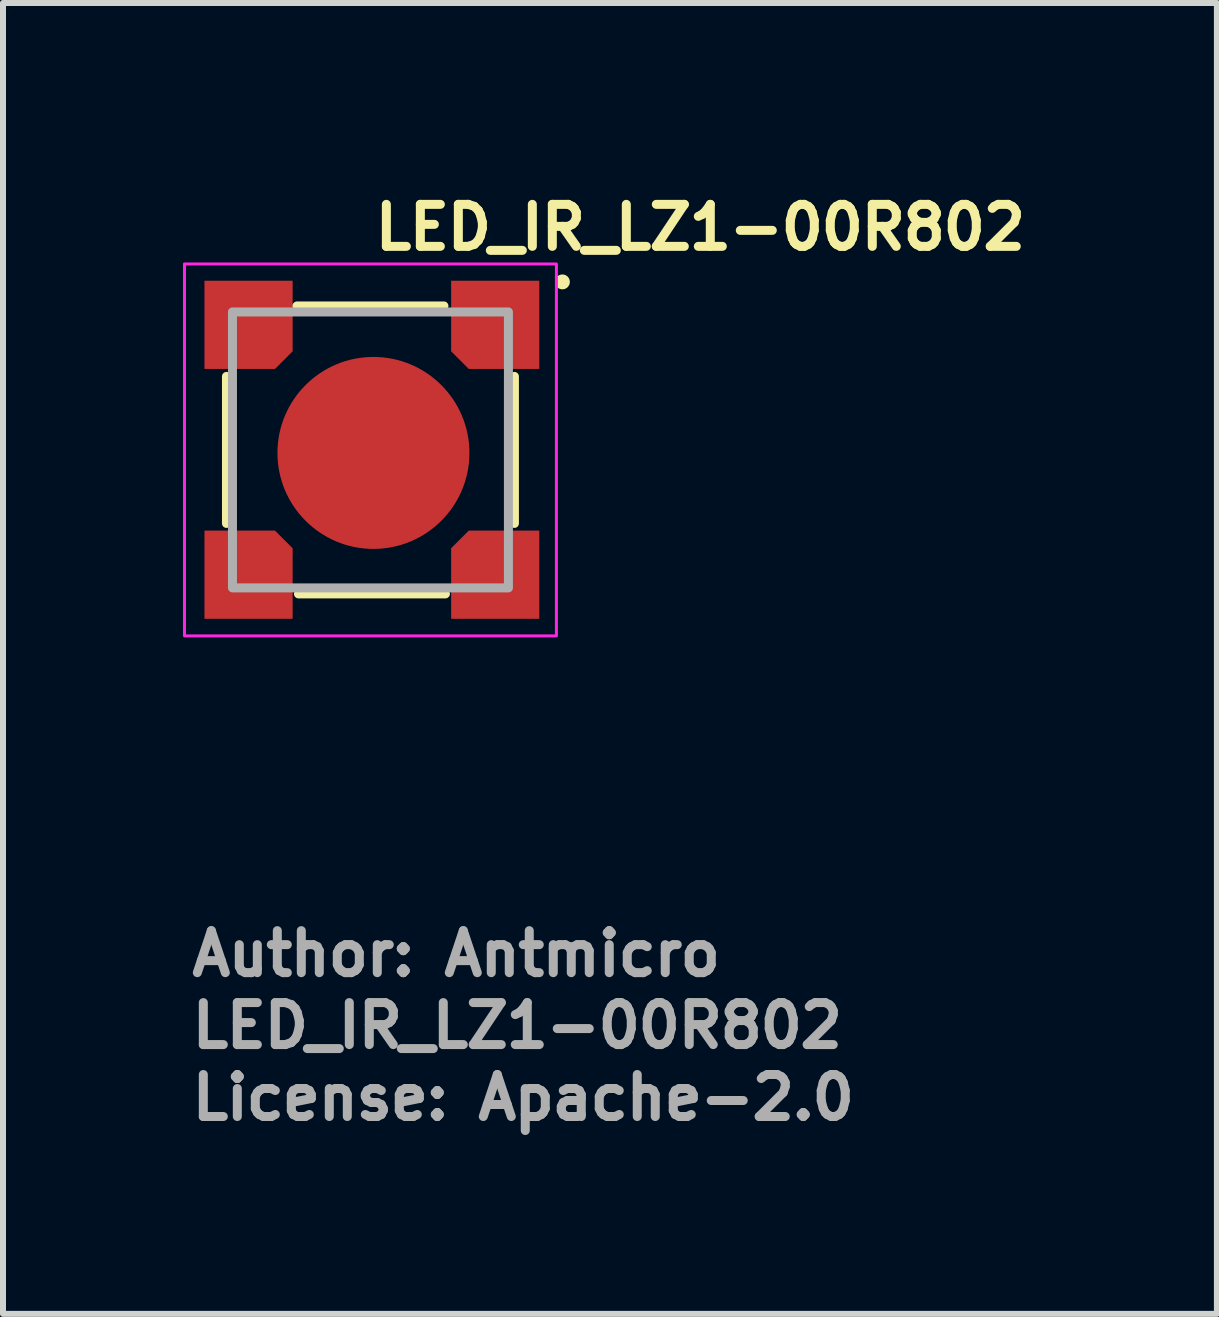
<source format=kicad_pcb>
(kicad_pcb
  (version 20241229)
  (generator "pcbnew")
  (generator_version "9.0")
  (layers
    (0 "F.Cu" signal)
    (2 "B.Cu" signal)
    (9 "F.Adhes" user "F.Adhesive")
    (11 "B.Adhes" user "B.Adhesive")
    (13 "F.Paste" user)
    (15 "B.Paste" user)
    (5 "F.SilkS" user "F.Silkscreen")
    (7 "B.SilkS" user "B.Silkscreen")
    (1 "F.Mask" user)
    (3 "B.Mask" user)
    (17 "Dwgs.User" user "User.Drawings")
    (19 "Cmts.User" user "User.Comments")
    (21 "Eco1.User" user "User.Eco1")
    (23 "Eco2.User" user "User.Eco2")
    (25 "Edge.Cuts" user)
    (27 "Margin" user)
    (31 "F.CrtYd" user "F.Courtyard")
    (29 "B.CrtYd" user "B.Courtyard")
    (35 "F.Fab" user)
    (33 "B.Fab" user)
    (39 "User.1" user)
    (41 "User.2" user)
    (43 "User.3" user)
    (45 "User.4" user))
  (footprint "LED_IR_LZ1-00R802"
    (layer "F.Cu")
    (at 3.125 4.45)
    (property "Reference" "LED_IR_LZ1-00R802" (at 0 -3.3 0) (unlocked yes) (layer "F.SilkS") (effects (font (size 0.7 0.7) (thickness 0.15)) (justify left bottom)))
    (attr smd)
    (fp_line (start -2.4 -1.225) (end -2.4 1.225) (stroke (width 0.15) (type solid)) (layer "F.SilkS"))
    (fp_line (start 1.225 -2.4) (end -1.225 -2.4) (stroke (width 0.15) (type solid)) (layer "F.SilkS"))
    (fp_line (start 1.25 2.4) (end -1.2 2.4) (stroke (width 0.15) (type solid)) (layer "F.SilkS"))
    (fp_line (start 2.4 -1.225) (end 2.4 1.225) (stroke (width 0.15) (type solid)) (layer "F.SilkS"))
    (fp_circle (center 3.2 -2.801) (end 3.249 -2.801) (stroke (width 0.15) (type solid)) (fill yes) (layer "F.SilkS"))
    (fp_rect (start -3.1 -3.1) (end 3.1 3.1) (stroke (width 0.05) (type solid)) (fill no) (layer "F.CrtYd"))
    (fp_rect (start -2.3 -2.3) (end 2.3 2.3) (stroke (width 0.15) (type solid)) (fill no) (layer "F.Fab"))
    (fp_rect (start -2.202 -2.202) (end 2.2 2.2) (stroke (width 0.1) (type solid)) (fill no) (layer "User.5"))
    (fp_line (start -2.202 -1.851) (end -2.202 1.85) (stroke (width 0.02) (type solid)) (layer "User.9"))
    (fp_line (start -2.202 1.85) (end -2.183 1.85) (stroke (width 0.02) (type solid)) (layer "User.9"))
    (fp_line (start -2.183 -1.851) (end -2.202 -1.851) (stroke (width 0.02) (type solid)) (layer "User.9"))
    (fp_line (start -2.183 1.85) (end -2.166 1.85) (stroke (width 0.02) (type solid)) (layer "User.9"))
    (fp_line (start -2.166 -1.853) (end -2.183 -1.851) (stroke (width 0.02) (type solid)) (layer "User.9"))
    (fp_line (start -2.166 1.85) (end -2.149 1.852) (stroke (width 0.02) (type solid)) (layer "User.9"))
    (fp_line (start -2.149 -1.855) (end -2.166 -1.853) (stroke (width 0.02) (type solid)) (layer "User.9"))
    (fp_line (start -2.149 1.852) (end -2.133 1.856) (stroke (width 0.02) (type solid)) (layer "User.9"))
    (fp_line (start -2.133 -1.857) (end -2.149 -1.855) (stroke (width 0.02) (type solid)) (layer "User.9"))
    (fp_line (start -2.133 1.856) (end -2.116 1.86) (stroke (width 0.02) (type solid)) (layer "User.9"))
    (fp_line (start -2.116 -1.861) (end -2.133 -1.857) (stroke (width 0.02) (type solid)) (layer "User.9"))
    (fp_line (start -2.116 1.86) (end -2.1 1.864) (stroke (width 0.02) (type solid)) (layer "User.9"))
    (fp_line (start -2.1 -1.867) (end -2.116 -1.861) (stroke (width 0.02) (type solid)) (layer "User.9"))
    (fp_line (start -2.1 1.864) (end -2.082 1.87) (stroke (width 0.02) (type solid)) (layer "User.9"))
    (fp_line (start -2.082 -1.871) (end -2.1 -1.867) (stroke (width 0.02) (type solid)) (layer "User.9"))
    (fp_line (start -2.082 1.87) (end -2.068 1.876) (stroke (width 0.02) (type solid)) (layer "User.9"))
    (fp_line (start -2.068 -1.877) (end -2.082 -1.871) (stroke (width 0.02) (type solid)) (layer "User.9"))
    (fp_line (start -2.068 1.876) (end -2.052 1.882) (stroke (width 0.02) (type solid)) (layer "User.9"))
    (fp_line (start -2.052 -1.885) (end -2.068 -1.877) (stroke (width 0.02) (type solid)) (layer "User.9"))
    (fp_line (start -2.052 1.882) (end -2.036 1.89) (stroke (width 0.02) (type solid)) (layer "User.9"))
    (fp_line (start -2.036 -1.893) (end -2.052 -1.885) (stroke (width 0.02) (type solid)) (layer "User.9"))
    (fp_line (start -2.036 1.89) (end -2.021 1.898) (stroke (width 0.02) (type solid)) (layer "User.9"))
    (fp_line (start -2.021 -1.901) (end -2.036 -1.893) (stroke (width 0.02) (type solid)) (layer "User.9"))
    (fp_line (start -2.021 1.898) (end -2.007 1.908) (stroke (width 0.02) (type solid)) (layer "User.9"))
    (fp_line (start -2.007 -1.909) (end -2.021 -1.901) (stroke (width 0.02) (type solid)) (layer "User.9"))
    (fp_line (start -2.007 1.908) (end -1.992 1.918) (stroke (width 0.02) (type solid)) (layer "User.9"))
    (fp_line (start -1.992 -1.919) (end -2.007 -1.909) (stroke (width 0.02) (type solid)) (layer "User.9"))
    (fp_line (start -1.992 1.918) (end -1.98 1.929) (stroke (width 0.02) (type solid)) (layer "User.9"))
    (fp_line (start -1.98 -1.93) (end -1.992 -1.919) (stroke (width 0.02) (type solid)) (layer "User.9"))
    (fp_line (start -1.98 1.929) (end -1.966 1.939) (stroke (width 0.02) (type solid)) (layer "User.9"))
    (fp_line (start -1.966 -1.942) (end -1.98 -1.93) (stroke (width 0.02) (type solid)) (layer "User.9"))
    (fp_line (start -1.966 1.939) (end -1.954 1.951) (stroke (width 0.02) (type solid)) (layer "User.9"))
    (fp_line (start -1.954 -1.954) (end -1.966 -1.942) (stroke (width 0.02) (type solid)) (layer "User.9"))
    (fp_line (start -1.954 -1.954) (end -1.954 -1.954) (stroke (width 0.02) (type solid)) (layer "User.9"))
    (fp_line (start -1.954 1.951) (end -1.954 1.951) (stroke (width 0.02) (type solid)) (layer "User.9"))
    (fp_line (start -1.954 1.951) (end -1.942 1.965) (stroke (width 0.02) (type solid)) (layer "User.9"))
    (fp_line (start -1.942 -1.966) (end -1.954 -1.954) (stroke (width 0.02) (type solid)) (layer "User.9"))
    (fp_line (start -1.942 1.965) (end -1.93 1.977) (stroke (width 0.02) (type solid)) (layer "User.9"))
    (fp_line (start -1.93 -1.98) (end -1.942 -1.966) (stroke (width 0.02) (type solid)) (layer "User.9"))
    (fp_line (start -1.93 1.977) (end -1.919 1.991) (stroke (width 0.02) (type solid)) (layer "User.9"))
    (fp_line (start -1.919 -1.992) (end -1.93 -1.98) (stroke (width 0.02) (type solid)) (layer "User.9"))
    (fp_line (start -1.919 1.991) (end -1.909 2.004) (stroke (width 0.02) (type solid)) (layer "User.9"))
    (fp_line (start -1.909 -2.007) (end -1.919 -1.992) (stroke (width 0.02) (type solid)) (layer "User.9"))
    (fp_line (start -1.909 2.004) (end -1.901 2.019) (stroke (width 0.02) (type solid)) (layer "User.9"))
    (fp_line (start -1.901 -2.021) (end -1.909 -2.007) (stroke (width 0.02) (type solid)) (layer "User.9"))
    (fp_line (start -1.901 2.019) (end -1.893 2.035) (stroke (width 0.02) (type solid)) (layer "User.9"))
    (fp_line (start -1.893 -2.036) (end -1.901 -2.021) (stroke (width 0.02) (type solid)) (layer "User.9"))
    (fp_line (start -1.893 2.035) (end -1.885 2.049) (stroke (width 0.02) (type solid)) (layer "User.9"))
    (fp_line (start -1.885 -2.052) (end -1.893 -2.036) (stroke (width 0.02) (type solid)) (layer "User.9"))
    (fp_line (start -1.885 2.049) (end -1.877 2.065) (stroke (width 0.02) (type solid)) (layer "User.9"))
    (fp_line (start -1.877 -2.068) (end -1.885 -2.052) (stroke (width 0.02) (type solid)) (layer "User.9"))
    (fp_line (start -1.877 2.065) (end -1.871 2.08) (stroke (width 0.02) (type solid)) (layer "User.9"))
    (fp_line (start -1.871 -2.082) (end -1.877 -2.068) (stroke (width 0.02) (type solid)) (layer "User.9"))
    (fp_line (start -1.871 2.08) (end -1.867 2.097) (stroke (width 0.02) (type solid)) (layer "User.9"))
    (fp_line (start -1.867 -2.1) (end -1.871 -2.082) (stroke (width 0.02) (type solid)) (layer "User.9"))
    (fp_line (start -1.867 2.097) (end -1.861 2.113) (stroke (width 0.02) (type solid)) (layer "User.9"))
    (fp_line (start -1.861 -2.116) (end -1.867 -2.1) (stroke (width 0.02) (type solid)) (layer "User.9"))
    (fp_line (start -1.861 2.113) (end -1.857 2.131) (stroke (width 0.02) (type solid)) (layer "User.9"))
    (fp_line (start -1.857 -2.133) (end -1.861 -2.116) (stroke (width 0.02) (type solid)) (layer "User.9"))
    (fp_line (start -1.857 2.131) (end -1.855 2.148) (stroke (width 0.02) (type solid)) (layer "User.9"))
    (fp_line (start -1.855 -2.149) (end -1.857 -2.133) (stroke (width 0.02) (type solid)) (layer "User.9"))
    (fp_line (start -1.855 2.148) (end -1.853 2.164) (stroke (width 0.02) (type solid)) (layer "User.9"))
    (fp_line (start -1.853 -2.166) (end -1.855 -2.149) (stroke (width 0.02) (type solid)) (layer "User.9"))
    (fp_line (start -1.853 2.164) (end -1.851 2.181) (stroke (width 0.02) (type solid)) (layer "User.9"))
    (fp_line (start -1.851 -2.202) (end -1.851 -2.183) (stroke (width 0.02) (type solid)) (layer "User.9"))
    (fp_line (start -1.851 -2.183) (end -1.853 -2.166) (stroke (width 0.02) (type solid)) (layer "User.9"))
    (fp_line (start -1.851 2.181) (end -1.851 2.2) (stroke (width 0.02) (type solid)) (layer "User.9"))
    (fp_line (start -1.851 2.2) (end 1.85 2.2) (stroke (width 0.02) (type solid)) (layer "User.9"))
    (fp_line (start -1.805 0) (end -1.805 0) (stroke (width 0.02) (type solid)) (layer "User.9"))
    (fp_line (start -1.805 0) (end -1.803 0.091) (stroke (width 0.02) (type solid)) (layer "User.9"))
    (fp_line (start -1.803 -0.093) (end -1.805 0) (stroke (width 0.02) (type solid)) (layer "User.9"))
    (fp_line (start -1.803 0.091) (end -1.797 0.183) (stroke (width 0.02) (type solid)) (layer "User.9"))
    (fp_line (start -1.797 -0.185) (end -1.803 -0.093) (stroke (width 0.02) (type solid)) (layer "User.9"))
    (fp_line (start -1.797 0.183) (end -1.786 0.274) (stroke (width 0.02) (type solid)) (layer "User.9"))
    (fp_line (start -1.786 -0.276) (end -1.797 -0.185) (stroke (width 0.02) (type solid)) (layer "User.9"))
    (fp_line (start -1.786 0.274) (end -1.77 0.362) (stroke (width 0.02) (type solid)) (layer "User.9"))
    (fp_line (start -1.77 -0.364) (end -1.786 -0.276) (stroke (width 0.02) (type solid)) (layer "User.9"))
    (fp_line (start -1.77 0.362) (end -1.75 0.451) (stroke (width 0.02) (type solid)) (layer "User.9"))
    (fp_line (start -1.75 -0.453) (end -1.77 -0.364) (stroke (width 0.02) (type solid)) (layer "User.9"))
    (fp_line (start -1.75 0.451) (end -1.724 0.536) (stroke (width 0.02) (type solid)) (layer "User.9"))
    (fp_line (start -1.724 -0.538) (end -1.75 -0.453) (stroke (width 0.02) (type solid)) (layer "User.9"))
    (fp_line (start -1.724 0.536) (end -1.696 0.619) (stroke (width 0.02) (type solid)) (layer "User.9"))
    (fp_line (start -1.696 -0.621) (end -1.724 -0.538) (stroke (width 0.02) (type solid)) (layer "User.9"))
    (fp_line (start -1.696 0.619) (end -1.665 0.702) (stroke (width 0.02) (type solid)) (layer "User.9"))
    (fp_line (start -1.665 -0.704) (end -1.696 -0.621) (stroke (width 0.02) (type solid)) (layer "User.9"))
    (fp_line (start -1.665 0.702) (end -1.629 0.782) (stroke (width 0.02) (type solid)) (layer "User.9"))
    (fp_line (start -1.629 -0.784) (end -1.665 -0.704) (stroke (width 0.02) (type solid)) (layer "User.9"))
    (fp_line (start -1.629 0.782) (end -1.589 0.859) (stroke (width 0.02) (type solid)) (layer "User.9"))
    (fp_line (start -1.589 -0.861) (end -1.629 -0.784) (stroke (width 0.02) (type solid)) (layer "User.9"))
    (fp_line (start -1.589 0.859) (end -1.545 0.935) (stroke (width 0.02) (type solid)) (layer "User.9"))
    (fp_line (start -1.545 -0.937) (end -1.589 -0.861) (stroke (width 0.02) (type solid)) (layer "User.9"))
    (fp_line (start -1.545 0.935) (end -1.498 1.009) (stroke (width 0.02) (type solid)) (layer "User.9"))
    (fp_line (start -1.498 -1.01) (end -1.545 -0.937) (stroke (width 0.02) (type solid)) (layer "User.9"))
    (fp_line (start -1.498 1.009) (end -1.448 1.078) (stroke (width 0.02) (type solid)) (layer "User.9"))
    (fp_line (start -1.448 -1.081) (end -1.498 -1.01) (stroke (width 0.02) (type solid)) (layer "User.9"))
    (fp_line (start -1.448 1.078) (end -1.393 1.148) (stroke (width 0.02) (type solid)) (layer "User.9"))
    (fp_line (start -1.393 -1.149) (end -1.448 -1.081) (stroke (width 0.02) (type solid)) (layer "User.9"))
    (fp_line (start -1.393 1.148) (end -1.337 1.213) (stroke (width 0.02) (type solid)) (layer "User.9"))
    (fp_line (start -1.337 -1.214) (end -1.393 -1.149) (stroke (width 0.02) (type solid)) (layer "User.9"))
    (fp_line (start -1.337 1.213) (end -1.278 1.275) (stroke (width 0.02) (type solid)) (layer "User.9"))
    (fp_line (start -1.278 -1.278) (end -1.337 -1.214) (stroke (width 0.02) (type solid)) (layer "User.9"))
    (fp_line (start -1.278 1.275) (end -1.214 1.336) (stroke (width 0.02) (type solid)) (layer "User.9"))
    (fp_line (start -1.214 -1.337) (end -1.278 -1.278) (stroke (width 0.02) (type solid)) (layer "User.9"))
    (fp_line (start -1.214 1.336) (end -1.149 1.392) (stroke (width 0.02) (type solid)) (layer "User.9"))
    (fp_line (start -1.149 -1.393) (end -1.214 -1.337) (stroke (width 0.02) (type solid)) (layer "User.9"))
    (fp_line (start -1.149 1.392) (end -1.081 1.445) (stroke (width 0.02) (type solid)) (layer "User.9"))
    (fp_line (start -1.081 -1.448) (end -1.149 -1.393) (stroke (width 0.02) (type solid)) (layer "User.9"))
    (fp_line (start -1.081 1.445) (end -1.01 1.495) (stroke (width 0.02) (type solid)) (layer "User.9"))
    (fp_line (start -1.01 -1.498) (end -1.081 -1.448) (stroke (width 0.02) (type solid)) (layer "User.9"))
    (fp_line (start -1.01 1.495) (end -0.937 1.542) (stroke (width 0.02) (type solid)) (layer "User.9"))
    (fp_line (start -0.937 -1.545) (end -1.01 -1.498) (stroke (width 0.02) (type solid)) (layer "User.9"))
    (fp_line (start -0.937 1.542) (end -0.861 1.586) (stroke (width 0.02) (type solid)) (layer "User.9"))
    (fp_line (start -0.861 -1.589) (end -0.937 -1.545) (stroke (width 0.02) (type solid)) (layer "User.9"))
    (fp_line (start -0.861 1.586) (end -0.784 1.626) (stroke (width 0.02) (type solid)) (layer "User.9"))
    (fp_line (start -0.784 -1.629) (end -0.861 -1.589) (stroke (width 0.02) (type solid)) (layer "User.9"))
    (fp_line (start -0.784 1.626) (end -0.704 1.662) (stroke (width 0.02) (type solid)) (layer "User.9"))
    (fp_line (start -0.704 -1.665) (end -0.784 -1.629) (stroke (width 0.02) (type solid)) (layer "User.9"))
    (fp_line (start -0.704 1.662) (end -0.621 1.695) (stroke (width 0.02) (type solid)) (layer "User.9"))
    (fp_line (start -0.621 -1.696) (end -0.704 -1.665) (stroke (width 0.02) (type solid)) (layer "User.9"))
    (fp_line (start -0.621 1.695) (end -0.538 1.723) (stroke (width 0.02) (type solid)) (layer "User.9"))
    (fp_line (start -0.538 -1.724) (end -0.621 -1.696) (stroke (width 0.02) (type solid)) (layer "User.9"))
    (fp_line (start -0.538 1.723) (end -0.453 1.747) (stroke (width 0.02) (type solid)) (layer "User.9"))
    (fp_line (start -0.453 -1.75) (end -0.538 -1.724) (stroke (width 0.02) (type solid)) (layer "User.9"))
    (fp_line (start -0.453 1.747) (end -0.364 1.767) (stroke (width 0.02) (type solid)) (layer "User.9"))
    (fp_line (start -0.364 -1.77) (end -0.453 -1.75) (stroke (width 0.02) (type solid)) (layer "User.9"))
    (fp_line (start -0.364 1.767) (end -0.276 1.783) (stroke (width 0.02) (type solid)) (layer "User.9"))
    (fp_line (start -0.276 -1.786) (end -0.364 -1.77) (stroke (width 0.02) (type solid)) (layer "User.9"))
    (fp_line (start -0.276 1.783) (end -0.185 1.794) (stroke (width 0.02) (type solid)) (layer "User.9"))
    (fp_line (start -0.185 -1.797) (end -0.276 -1.786) (stroke (width 0.02) (type solid)) (layer "User.9"))
    (fp_line (start -0.185 1.794) (end -0.093 1.802) (stroke (width 0.02) (type solid)) (layer "User.9"))
    (fp_line (start -0.093 -1.803) (end -0.185 -1.797) (stroke (width 0.02) (type solid)) (layer "User.9"))
    (fp_line (start -0.093 1.802) (end 0 1.804) (stroke (width 0.02) (type solid)) (layer "User.9"))
    (fp_line (start 0 -1.805) (end -0.093 -1.803) (stroke (width 0.02) (type solid)) (layer "User.9"))
    (fp_line (start 0 -1.805) (end 0 -1.805) (stroke (width 0.02) (type solid)) (layer "User.9"))
    (fp_line (start 0 1.804) (end 0 1.804) (stroke (width 0.02) (type solid)) (layer "User.9"))
    (fp_line (start 0 1.804) (end 0.091 1.802) (stroke (width 0.02) (type solid)) (layer "User.9"))
    (fp_line (start 0.091 -1.803) (end 0 -1.805) (stroke (width 0.02) (type solid)) (layer "User.9"))
    (fp_line (start 0.091 1.802) (end 0.183 1.794) (stroke (width 0.02) (type solid)) (layer "User.9"))
    (fp_line (start 0.183 -1.797) (end 0.091 -1.803) (stroke (width 0.02) (type solid)) (layer "User.9"))
    (fp_line (start 0.183 1.794) (end 0.274 1.783) (stroke (width 0.02) (type solid)) (layer "User.9"))
    (fp_line (start 0.274 -1.786) (end 0.183 -1.797) (stroke (width 0.02) (type solid)) (layer "User.9"))
    (fp_line (start 0.274 1.783) (end 0.362 1.767) (stroke (width 0.02) (type solid)) (layer "User.9"))
    (fp_line (start 0.362 -1.77) (end 0.274 -1.786) (stroke (width 0.02) (type solid)) (layer "User.9"))
    (fp_line (start 0.362 1.767) (end 0.451 1.747) (stroke (width 0.02) (type solid)) (layer "User.9"))
    (fp_line (start 0.451 -1.75) (end 0.362 -1.77) (stroke (width 0.02) (type solid)) (layer "User.9"))
    (fp_line (start 0.451 1.747) (end 0.536 1.723) (stroke (width 0.02) (type solid)) (layer "User.9"))
    (fp_line (start 0.536 -1.724) (end 0.451 -1.75) (stroke (width 0.02) (type solid)) (layer "User.9"))
    (fp_line (start 0.536 1.723) (end 0.619 1.695) (stroke (width 0.02) (type solid)) (layer "User.9"))
    (fp_line (start 0.619 -1.696) (end 0.536 -1.724) (stroke (width 0.02) (type solid)) (layer "User.9"))
    (fp_line (start 0.619 1.695) (end 0.702 1.662) (stroke (width 0.02) (type solid)) (layer "User.9"))
    (fp_line (start 0.702 -1.665) (end 0.619 -1.696) (stroke (width 0.02) (type solid)) (layer "User.9"))
    (fp_line (start 0.702 1.662) (end 0.782 1.626) (stroke (width 0.02) (type solid)) (layer "User.9"))
    (fp_line (start 0.782 -1.629) (end 0.702 -1.665) (stroke (width 0.02) (type solid)) (layer "User.9"))
    (fp_line (start 0.782 1.626) (end 0.859 1.586) (stroke (width 0.02) (type solid)) (layer "User.9"))
    (fp_line (start 0.859 -1.589) (end 0.782 -1.629) (stroke (width 0.02) (type solid)) (layer "User.9"))
    (fp_line (start 0.859 1.586) (end 0.935 1.542) (stroke (width 0.02) (type solid)) (layer "User.9"))
    (fp_line (start 0.935 -1.545) (end 0.859 -1.589) (stroke (width 0.02) (type solid)) (layer "User.9"))
    (fp_line (start 0.935 1.542) (end 1.009 1.495) (stroke (width 0.02) (type solid)) (layer "User.9"))
    (fp_line (start 1.009 -1.498) (end 0.935 -1.545) (stroke (width 0.02) (type solid)) (layer "User.9"))
    (fp_line (start 1.009 1.495) (end 1.078 1.445) (stroke (width 0.02) (type solid)) (layer "User.9"))
    (fp_line (start 1.078 -1.448) (end 1.009 -1.498) (stroke (width 0.02) (type solid)) (layer "User.9"))
    (fp_line (start 1.078 1.445) (end 1.148 1.392) (stroke (width 0.02) (type solid)) (layer "User.9"))
    (fp_line (start 1.148 -1.393) (end 1.078 -1.448) (stroke (width 0.02) (type solid)) (layer "User.9"))
    (fp_line (start 1.148 1.392) (end 1.213 1.336) (stroke (width 0.02) (type solid)) (layer "User.9"))
    (fp_line (start 1.213 -1.337) (end 1.148 -1.393) (stroke (width 0.02) (type solid)) (layer "User.9"))
    (fp_line (start 1.213 1.336) (end 1.275 1.275) (stroke (width 0.02) (type solid)) (layer "User.9"))
    (fp_line (start 1.275 -1.278) (end 1.213 -1.337) (stroke (width 0.02) (type solid)) (layer "User.9"))
    (fp_line (start 1.275 1.275) (end 1.336 1.213) (stroke (width 0.02) (type solid)) (layer "User.9"))
    (fp_line (start 1.336 -1.214) (end 1.275 -1.278) (stroke (width 0.02) (type solid)) (layer "User.9"))
    (fp_line (start 1.336 1.213) (end 1.392 1.148) (stroke (width 0.02) (type solid)) (layer "User.9"))
    (fp_line (start 1.35 -1.851) (end 1.35 -1.351) (stroke (width 0.02) (type solid)) (layer "User.9"))
    (fp_line (start 1.35 -1.351) (end 1.85 -1.351) (stroke (width 0.02) (type solid)) (layer "User.9"))
    (fp_line (start 1.392 -1.149) (end 1.336 -1.214) (stroke (width 0.02) (type solid)) (layer "User.9"))
    (fp_line (start 1.392 1.148) (end 1.445 1.078) (stroke (width 0.02) (type solid)) (layer "User.9"))
    (fp_line (start 1.445 -1.081) (end 1.392 -1.149) (stroke (width 0.02) (type solid)) (layer "User.9"))
    (fp_line (start 1.445 1.078) (end 1.495 1.009) (stroke (width 0.02) (type solid)) (layer "User.9"))
    (fp_line (start 1.495 -1.01) (end 1.445 -1.081) (stroke (width 0.02) (type solid)) (layer "User.9"))
    (fp_line (start 1.495 1.009) (end 1.542 0.935) (stroke (width 0.02) (type solid)) (layer "User.9"))
    (fp_line (start 1.542 -0.937) (end 1.495 -1.01) (stroke (width 0.02) (type solid)) (layer "User.9"))
    (fp_line (start 1.542 0.935) (end 1.586 0.859) (stroke (width 0.02) (type solid)) (layer "User.9"))
    (fp_line (start 1.586 -0.861) (end 1.542 -0.937) (stroke (width 0.02) (type solid)) (layer "User.9"))
    (fp_line (start 1.586 0.859) (end 1.626 0.782) (stroke (width 0.02) (type solid)) (layer "User.9"))
    (fp_line (start 1.626 -0.784) (end 1.586 -0.861) (stroke (width 0.02) (type solid)) (layer "User.9"))
    (fp_line (start 1.626 0.782) (end 1.662 0.702) (stroke (width 0.02) (type solid)) (layer "User.9"))
    (fp_line (start 1.662 -0.704) (end 1.626 -0.784) (stroke (width 0.02) (type solid)) (layer "User.9"))
    (fp_line (start 1.662 0.702) (end 1.695 0.619) (stroke (width 0.02) (type solid)) (layer "User.9"))
    (fp_line (start 1.695 -0.621) (end 1.662 -0.704) (stroke (width 0.02) (type solid)) (layer "User.9"))
    (fp_line (start 1.695 0.619) (end 1.723 0.536) (stroke (width 0.02) (type solid)) (layer "User.9"))
    (fp_line (start 1.723 -0.538) (end 1.695 -0.621) (stroke (width 0.02) (type solid)) (layer "User.9"))
    (fp_line (start 1.723 0.536) (end 1.747 0.451) (stroke (width 0.02) (type solid)) (layer "User.9"))
    (fp_line (start 1.747 -0.453) (end 1.723 -0.538) (stroke (width 0.02) (type solid)) (layer "User.9"))
    (fp_line (start 1.747 0.451) (end 1.767 0.362) (stroke (width 0.02) (type solid)) (layer "User.9"))
    (fp_line (start 1.767 -0.364) (end 1.747 -0.453) (stroke (width 0.02) (type solid)) (layer "User.9"))
    (fp_line (start 1.767 0.362) (end 1.783 0.274) (stroke (width 0.02) (type solid)) (layer "User.9"))
    (fp_line (start 1.783 -0.276) (end 1.767 -0.364) (stroke (width 0.02) (type solid)) (layer "User.9"))
    (fp_line (start 1.783 0.274) (end 1.794 0.183) (stroke (width 0.02) (type solid)) (layer "User.9"))
    (fp_line (start 1.794 -0.185) (end 1.783 -0.276) (stroke (width 0.02) (type solid)) (layer "User.9"))
    (fp_line (start 1.794 0.183) (end 1.802 0.091) (stroke (width 0.02) (type solid)) (layer "User.9"))
    (fp_line (start 1.802 -0.093) (end 1.794 -0.185) (stroke (width 0.02) (type solid)) (layer "User.9"))
    (fp_line (start 1.802 0.091) (end 1.804 0) (stroke (width 0.02) (type solid)) (layer "User.9"))
    (fp_line (start 1.804 0) (end 1.802 -0.093) (stroke (width 0.02) (type solid)) (layer "User.9"))
    (fp_line (start 1.804 0) (end 1.804 0) (stroke (width 0.02) (type solid)) (layer "User.9"))
    (fp_line (start 1.804 0) (end 1.804 0) (stroke (width 0.02) (type solid)) (layer "User.9"))
    (fp_line (start 1.85 -2.202) (end -1.851 -2.202) (stroke (width 0.02) (type solid)) (layer "User.9"))
    (fp_line (start 1.85 -2.183) (end 1.85 -2.202) (stroke (width 0.02) (type solid)) (layer "User.9"))
    (fp_line (start 1.85 -2.166) (end 1.85 -2.183) (stroke (width 0.02) (type solid)) (layer "User.9"))
    (fp_line (start 1.85 -1.851) (end 1.35 -1.851) (stroke (width 0.02) (type solid)) (layer "User.9"))
    (fp_line (start 1.85 -1.351) (end 1.85 -1.851) (stroke (width 0.02) (type solid)) (layer "User.9"))
    (fp_line (start 1.85 2.164) (end 1.852 2.148) (stroke (width 0.02) (type solid)) (layer "User.9"))
    (fp_line (start 1.85 2.181) (end 1.85 2.164) (stroke (width 0.02) (type solid)) (layer "User.9"))
    (fp_line (start 1.85 2.2) (end 1.85 2.181) (stroke (width 0.02) (type solid)) (layer "User.9"))
    (fp_line (start 1.852 -2.149) (end 1.85 -2.166) (stroke (width 0.02) (type solid)) (layer "User.9"))
    (fp_line (start 1.852 2.148) (end 1.856 2.131) (stroke (width 0.02) (type solid)) (layer "User.9"))
    (fp_line (start 1.856 -2.133) (end 1.852 -2.149) (stroke (width 0.02) (type solid)) (layer "User.9"))
    (fp_line (start 1.856 2.131) (end 1.86 2.113) (stroke (width 0.02) (type solid)) (layer "User.9"))
    (fp_line (start 1.86 -2.116) (end 1.856 -2.133) (stroke (width 0.02) (type solid)) (layer "User.9"))
    (fp_line (start 1.86 2.113) (end 1.864 2.097) (stroke (width 0.02) (type solid)) (layer "User.9"))
    (fp_line (start 1.864 -2.1) (end 1.86 -2.116) (stroke (width 0.02) (type solid)) (layer "User.9"))
    (fp_line (start 1.864 2.097) (end 1.87 2.08) (stroke (width 0.02) (type solid)) (layer "User.9"))
    (fp_line (start 1.87 -2.082) (end 1.864 -2.1) (stroke (width 0.02) (type solid)) (layer "User.9"))
    (fp_line (start 1.87 2.08) (end 1.876 2.065) (stroke (width 0.02) (type solid)) (layer "User.9"))
    (fp_line (start 1.876 -2.068) (end 1.87 -2.082) (stroke (width 0.02) (type solid)) (layer "User.9"))
    (fp_line (start 1.876 2.065) (end 1.882 2.049) (stroke (width 0.02) (type solid)) (layer "User.9"))
    (fp_line (start 1.882 -2.052) (end 1.876 -2.068) (stroke (width 0.02) (type solid)) (layer "User.9"))
    (fp_line (start 1.882 2.049) (end 1.89 2.035) (stroke (width 0.02) (type solid)) (layer "User.9"))
    (fp_line (start 1.89 -2.036) (end 1.882 -2.052) (stroke (width 0.02) (type solid)) (layer "User.9"))
    (fp_line (start 1.89 2.035) (end 1.898 2.019) (stroke (width 0.02) (type solid)) (layer "User.9"))
    (fp_line (start 1.898 -2.021) (end 1.89 -2.036) (stroke (width 0.02) (type solid)) (layer "User.9"))
    (fp_line (start 1.898 2.019) (end 1.908 2.004) (stroke (width 0.02) (type solid)) (layer "User.9"))
    (fp_line (start 1.908 -2.007) (end 1.898 -2.021) (stroke (width 0.02) (type solid)) (layer "User.9"))
    (fp_line (start 1.908 2.004) (end 1.918 1.991) (stroke (width 0.02) (type solid)) (layer "User.9"))
    (fp_line (start 1.918 -1.992) (end 1.908 -2.007) (stroke (width 0.02) (type solid)) (layer "User.9"))
    (fp_line (start 1.918 1.991) (end 1.929 1.977) (stroke (width 0.02) (type solid)) (layer "User.9"))
    (fp_line (start 1.929 -1.98) (end 1.918 -1.992) (stroke (width 0.02) (type solid)) (layer "User.9"))
    (fp_line (start 1.929 1.977) (end 1.939 1.965) (stroke (width 0.02) (type solid)) (layer "User.9"))
    (fp_line (start 1.939 -1.966) (end 1.929 -1.98) (stroke (width 0.02) (type solid)) (layer "User.9"))
    (fp_line (start 1.939 1.965) (end 1.951 1.951) (stroke (width 0.02) (type solid)) (layer "User.9"))
    (fp_line (start 1.951 -1.954) (end 1.939 -1.966) (stroke (width 0.02) (type solid)) (layer "User.9"))
    (fp_line (start 1.951 -1.954) (end 1.951 -1.954) (stroke (width 0.02) (type solid)) (layer "User.9"))
    (fp_line (start 1.951 1.951) (end 1.951 1.951) (stroke (width 0.02) (type solid)) (layer "User.9"))
    (fp_line (start 1.951 1.951) (end 1.965 1.939) (stroke (width 0.02) (type solid)) (layer "User.9"))
    (fp_line (start 1.965 -1.942) (end 1.951 -1.954) (stroke (width 0.02) (type solid)) (layer "User.9"))
    (fp_line (start 1.965 1.939) (end 1.977 1.929) (stroke (width 0.02) (type solid)) (layer "User.9"))
    (fp_line (start 1.977 -1.93) (end 1.965 -1.942) (stroke (width 0.02) (type solid)) (layer "User.9"))
    (fp_line (start 1.977 1.929) (end 1.991 1.918) (stroke (width 0.02) (type solid)) (layer "User.9"))
    (fp_line (start 1.991 -1.919) (end 1.977 -1.93) (stroke (width 0.02) (type solid)) (layer "User.9"))
    (fp_line (start 1.991 1.918) (end 2.004 1.908) (stroke (width 0.02) (type solid)) (layer "User.9"))
    (fp_line (start 2.004 -1.909) (end 1.991 -1.919) (stroke (width 0.02) (type solid)) (layer "User.9"))
    (fp_line (start 2.004 1.908) (end 2.019 1.898) (stroke (width 0.02) (type solid)) (layer "User.9"))
    (fp_line (start 2.019 -1.901) (end 2.004 -1.909) (stroke (width 0.02) (type solid)) (layer "User.9"))
    (fp_line (start 2.019 1.898) (end 2.035 1.89) (stroke (width 0.02) (type solid)) (layer "User.9"))
    (fp_line (start 2.035 -1.893) (end 2.019 -1.901) (stroke (width 0.02) (type solid)) (layer "User.9"))
    (fp_line (start 2.035 1.89) (end 2.049 1.882) (stroke (width 0.02) (type solid)) (layer "User.9"))
    (fp_line (start 2.049 -1.885) (end 2.035 -1.893) (stroke (width 0.02) (type solid)) (layer "User.9"))
    (fp_line (start 2.049 1.882) (end 2.065 1.876) (stroke (width 0.02) (type solid)) (layer "User.9"))
    (fp_line (start 2.065 -1.877) (end 2.049 -1.885) (stroke (width 0.02) (type solid)) (layer "User.9"))
    (fp_line (start 2.065 1.876) (end 2.08 1.87) (stroke (width 0.02) (type solid)) (layer "User.9"))
    (fp_line (start 2.08 -1.871) (end 2.065 -1.877) (stroke (width 0.02) (type solid)) (layer "User.9"))
    (fp_line (start 2.08 1.87) (end 2.097 1.864) (stroke (width 0.02) (type solid)) (layer "User.9"))
    (fp_line (start 2.097 -1.867) (end 2.08 -1.871) (stroke (width 0.02) (type solid)) (layer "User.9"))
    (fp_line (start 2.097 1.864) (end 2.113 1.86) (stroke (width 0.02) (type solid)) (layer "User.9"))
    (fp_line (start 2.113 -1.861) (end 2.097 -1.867) (stroke (width 0.02) (type solid)) (layer "User.9"))
    (fp_line (start 2.113 1.86) (end 2.131 1.856) (stroke (width 0.02) (type solid)) (layer "User.9"))
    (fp_line (start 2.131 -1.857) (end 2.113 -1.861) (stroke (width 0.02) (type solid)) (layer "User.9"))
    (fp_line (start 2.131 1.856) (end 2.148 1.852) (stroke (width 0.02) (type solid)) (layer "User.9"))
    (fp_line (start 2.148 -1.855) (end 2.131 -1.857) (stroke (width 0.02) (type solid)) (layer "User.9"))
    (fp_line (start 2.148 1.852) (end 2.164 1.85) (stroke (width 0.02) (type solid)) (layer "User.9"))
    (fp_line (start 2.164 -1.853) (end 2.148 -1.855) (stroke (width 0.02) (type solid)) (layer "User.9"))
    (fp_line (start 2.164 1.85) (end 2.181 1.85) (stroke (width 0.02) (type solid)) (layer "User.9"))
    (fp_line (start 2.181 -1.851) (end 2.164 -1.853) (stroke (width 0.02) (type solid)) (layer "User.9"))
    (fp_line (start 2.181 1.85) (end 2.2 1.85) (stroke (width 0.02) (type solid)) (layer "User.9"))
    (fp_line (start 2.2 -1.851) (end 2.181 -1.851) (stroke (width 0.02) (type solid)) (layer "User.9"))
    (fp_line (start 2.2 1.85) (end 2.2 -1.851) (stroke (width 0.02) (type solid)) (layer "User.9"))
    (fp_text user "${REFERENCE}" (at -3.051 10.006 0) (unlocked yes) (layer "F.Fab") (effects (font (size 0.7 0.7) (thickness 0.15)) (justify left bottom)))
    (fp_text user "Author: Antmicro" (at -3.051 8.807 0) (layer "F.Fab") (effects (font (size 0.7 0.7) (thickness 0.15)) (justify left bottom)))
    (fp_text user "License: Apache-2.0" (at -3.051 11.205 0) (layer "F.Fab") (effects (font (size 0.7 0.7) (thickness 0.15)) (justify left bottom)))
    (pad "1" smd roundrect (at -2.032 -2.085 180) (size 1.47 1.47) (layers "F.Cu" "F.Mask" "F.Paste") (roundrect_rratio 0) (chamfer_ratio 0.2) (chamfer top_left))
    (pad "2" smd roundrect (at 2.08 -2.085 90) (size 1.47 1.47) (layers "F.Cu" "F.Mask" "F.Paste") (roundrect_rratio 0) (chamfer_ratio 0.2) (chamfer top_left))
    (pad "3" smd roundrect (at 2.08 2.08) (size 1.47 1.47) (layers "F.Cu" "F.Mask" "F.Paste") (roundrect_rratio 0) (chamfer_ratio 0.2) (chamfer top_left))
    (pad "4" smd roundrect (at -2.032 2.08 270) (size 1.47 1.47) (layers "F.Cu" "F.Mask" "F.Paste") (roundrect_rratio 0) (chamfer_ratio 0.2) (chamfer top_left))
    (pad "5" smd circle (at 0.05 0.05 270) (size 3.2 3.2) (layers "F.Cu" "F.Mask" "F.Paste")))
  (gr_rect
    (start -3 -3)
    (end 17.235 18.851)
    (stroke (width 0.1) (type default))
    (fill no)
    (layer "Edge.Cuts")))
</source>
